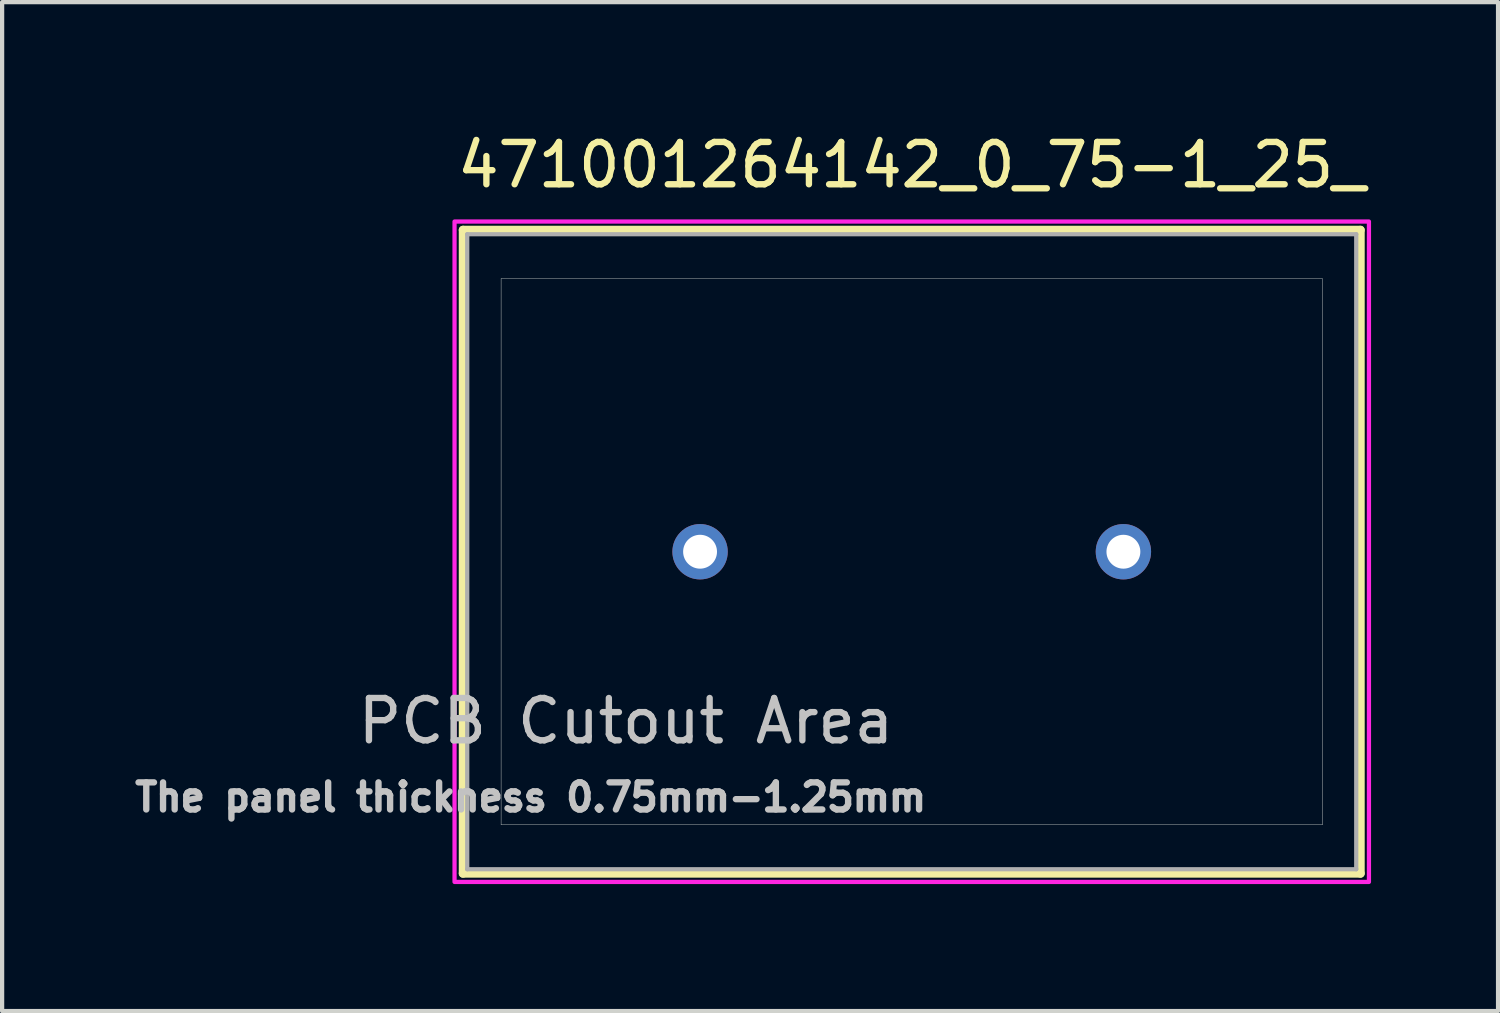
<source format=kicad_pcb>
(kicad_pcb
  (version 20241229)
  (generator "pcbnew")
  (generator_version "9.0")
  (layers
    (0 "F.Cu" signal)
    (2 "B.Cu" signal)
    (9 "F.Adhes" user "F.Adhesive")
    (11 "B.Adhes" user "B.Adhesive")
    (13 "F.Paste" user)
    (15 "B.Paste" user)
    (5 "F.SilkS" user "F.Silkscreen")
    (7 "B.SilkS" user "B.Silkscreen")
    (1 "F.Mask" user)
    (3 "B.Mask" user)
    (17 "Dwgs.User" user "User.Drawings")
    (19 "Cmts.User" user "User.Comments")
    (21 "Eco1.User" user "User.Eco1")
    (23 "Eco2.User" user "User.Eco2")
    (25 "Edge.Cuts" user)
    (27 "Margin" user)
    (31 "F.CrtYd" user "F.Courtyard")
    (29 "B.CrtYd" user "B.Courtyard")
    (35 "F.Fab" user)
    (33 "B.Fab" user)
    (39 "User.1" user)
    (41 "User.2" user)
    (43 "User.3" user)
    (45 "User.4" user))
  (footprint "471001264142_0_75-1_25_"
    (layer "F.Cu")
    (at 18.487 9.983)
    (property "Reference" "471001264142_0_75-1_25_" (at 0 -9.135 0) (layer "F.SilkS") (effects (font (size 1 1) (thickness 0.15))))
    (attr through_hole)
    (fp_line (start -10.6 -7.6) (end 10.6 -7.6) (stroke (width 0.2) (type solid)) (layer "F.SilkS"))
    (fp_line (start -10.6 7.6) (end -10.6 -7.6) (stroke (width 0.2) (type solid)) (layer "F.SilkS"))
    (fp_line (start 10.6 -7.6) (end 10.6 7.6) (stroke (width 0.2) (type solid)) (layer "F.SilkS"))
    (fp_line (start 10.6 7.6) (end -10.6 7.6) (stroke (width 0.2) (type solid)) (layer "F.SilkS"))
    (fp_line (start -9.7 -6.45) (end 9.7 -6.45) (stroke (width 0.01) (type solid)) (layer "Edge.Cuts"))
    (fp_line (start -9.7 6.45) (end -9.7 -6.45) (stroke (width 0.01) (type solid)) (layer "Edge.Cuts"))
    (fp_line (start 9.7 -6.45) (end 9.7 6.45) (stroke (width 0.01) (type solid)) (layer "Edge.Cuts"))
    (fp_line (start 9.7 6.45) (end -9.7 6.45) (stroke (width 0.01) (type solid)) (layer "Edge.Cuts"))
    (fp_poly (pts (xy -10.8 -7.8) (xy 10.8 -7.8) (xy 10.8 7.8) (xy -10.8 7.8)) (stroke (width 0.1) (type solid)) (fill no) (layer "F.CrtYd"))
    (fp_line (start -10.5 -7.5) (end 10.5 -7.5) (stroke (width 0.1) (type solid)) (layer "F.Fab"))
    (fp_line (start -10.5 7.5) (end -10.5 -7.5) (stroke (width 0.1) (type solid)) (layer "F.Fab"))
    (fp_line (start 10.5 -7.5) (end 10.5 7.5) (stroke (width 0.1) (type solid)) (layer "F.Fab"))
    (fp_line (start 10.5 7.5) (end -10.5 7.5) (stroke (width 0.1) (type solid)) (layer "F.Fab"))
    (fp_text user "The panel thickness 0.75mm-1.25mm" (at -9 5.8 0) (layer "Dwgs.User") (effects (font (size 0.64 0.64) (thickness 0.15))))
    (fp_text user "PCB Cutout Area" (at -6.75 4 0) (layer "Dwgs.User") (effects (font (size 1 1) (thickness 0.15))))
    (pad "1" thru_hole circle (at 5 0) (size 1.308 1.308) (drill 0.8) (layers "*.Cu" "*.Mask"))
    (pad "2" thru_hole circle (at -5 0) (size 1.308 1.308) (drill 0.8) (layers "*.Cu" "*.Mask")))
  (gr_rect
    (start -3 -3)
    (end 32.337 20.833)
    (stroke (width 0.1) (type default))
    (fill no)
    (layer "Edge.Cuts")))
</source>
